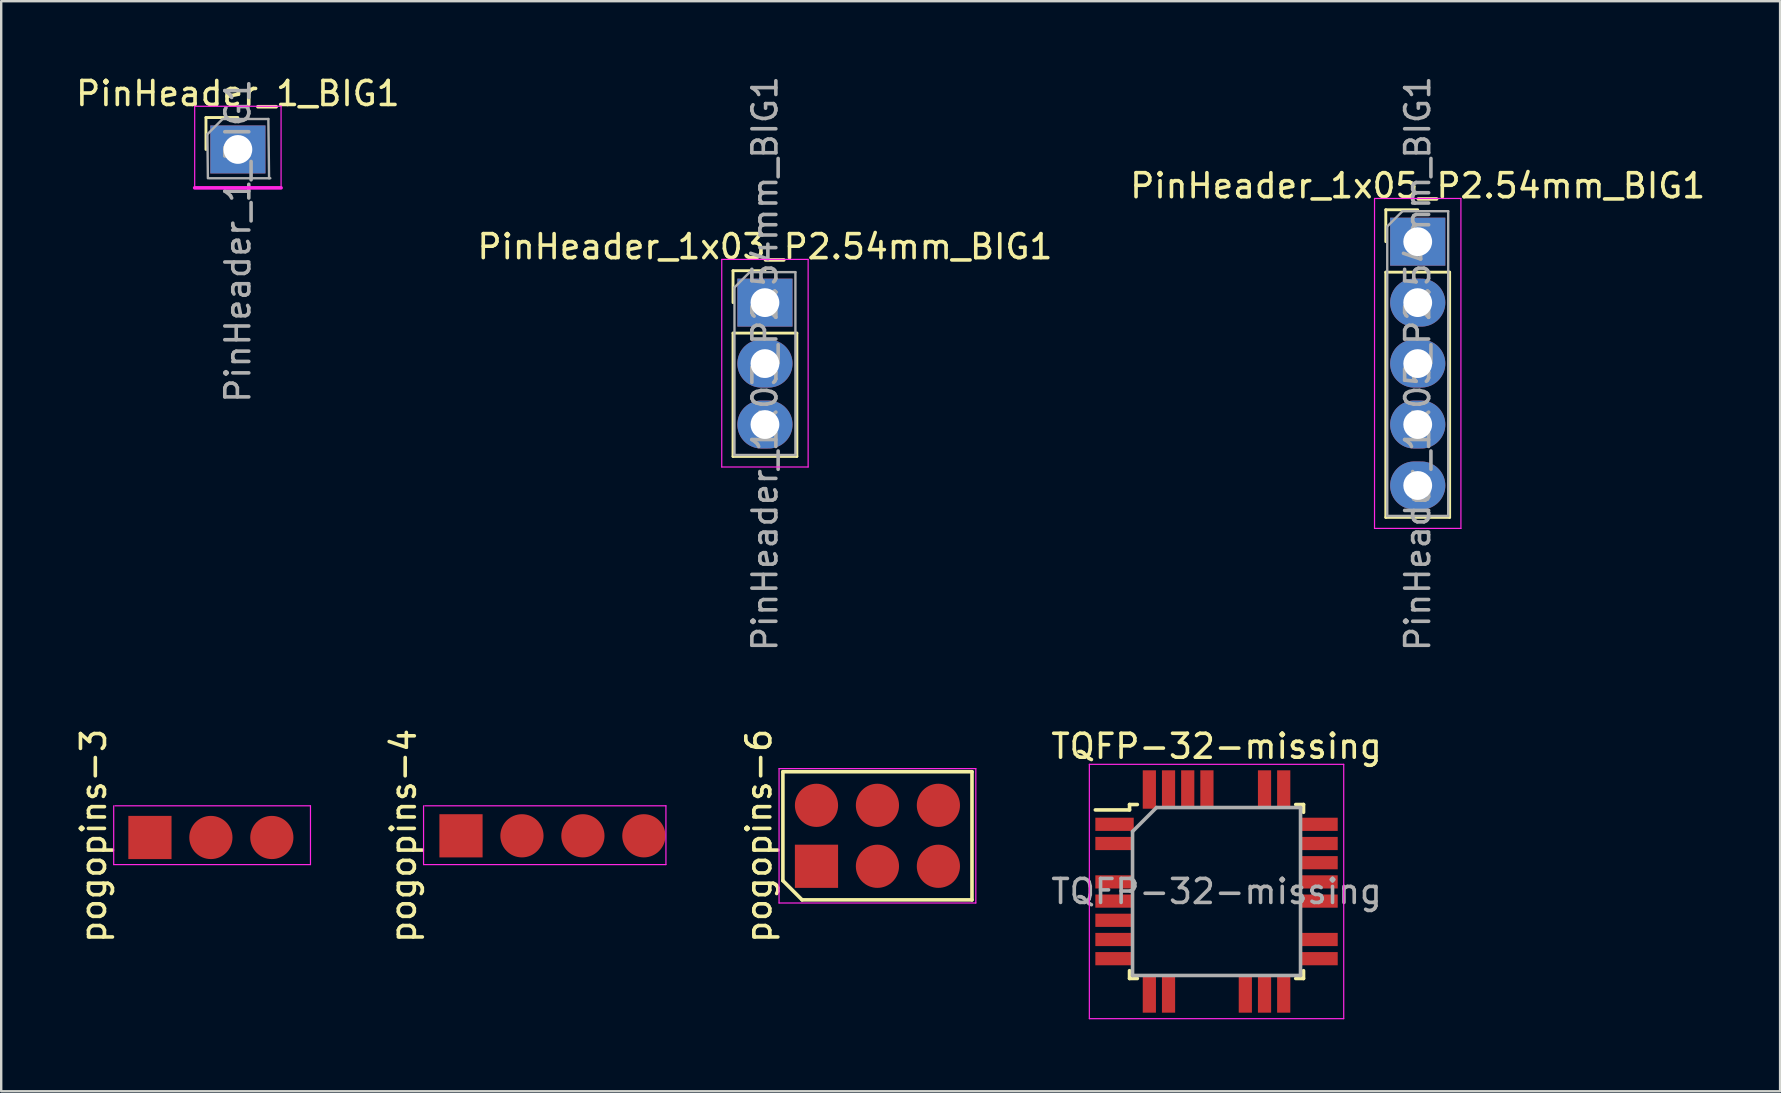
<source format=kicad_pcb>
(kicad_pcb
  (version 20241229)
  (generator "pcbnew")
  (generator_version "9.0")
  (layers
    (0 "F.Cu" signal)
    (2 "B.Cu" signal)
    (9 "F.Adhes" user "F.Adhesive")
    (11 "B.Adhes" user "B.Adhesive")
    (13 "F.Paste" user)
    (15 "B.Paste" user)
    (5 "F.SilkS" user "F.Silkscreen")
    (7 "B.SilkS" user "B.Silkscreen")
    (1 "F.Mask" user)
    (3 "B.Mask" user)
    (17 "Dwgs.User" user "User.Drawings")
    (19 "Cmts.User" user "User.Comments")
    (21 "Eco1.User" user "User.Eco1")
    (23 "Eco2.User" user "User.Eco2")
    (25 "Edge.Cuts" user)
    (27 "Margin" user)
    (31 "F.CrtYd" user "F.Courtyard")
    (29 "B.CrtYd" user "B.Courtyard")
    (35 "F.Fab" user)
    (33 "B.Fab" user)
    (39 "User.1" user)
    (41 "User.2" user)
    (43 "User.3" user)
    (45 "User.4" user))
  (footprint "TQFP-32-missing"
    (layer "F.Cu")
    (at 47.646 34.101)
    (property "Reference" "TQFP-32-missing" (at 0 -6.05 0) (layer "F.SilkS") (effects (font (size 1 1) (thickness 0.15))))
    (attr smd)
    (fp_line (start -3.625 -3.625) (end -3.625 -3.4) (stroke (width 0.15) (type solid)) (layer "F.SilkS"))
    (fp_line (start -3.625 -3.625) (end -3.3 -3.625) (stroke (width 0.15) (type solid)) (layer "F.SilkS"))
    (fp_line (start -3.625 -3.4) (end -5.05 -3.4) (stroke (width 0.15) (type solid)) (layer "F.SilkS"))
    (fp_line (start -3.625 3.625) (end -3.625 3.3) (stroke (width 0.15) (type solid)) (layer "F.SilkS"))
    (fp_line (start -3.625 3.625) (end -3.3 3.625) (stroke (width 0.15) (type solid)) (layer "F.SilkS"))
    (fp_line (start 3.625 -3.625) (end 3.3 -3.625) (stroke (width 0.15) (type solid)) (layer "F.SilkS"))
    (fp_line (start 3.625 -3.625) (end 3.625 -3.3) (stroke (width 0.15) (type solid)) (layer "F.SilkS"))
    (fp_line (start 3.625 3.625) (end 3.3 3.625) (stroke (width 0.15) (type solid)) (layer "F.SilkS"))
    (fp_line (start 3.625 3.625) (end 3.625 3.3) (stroke (width 0.15) (type solid)) (layer "F.SilkS"))
    (fp_line (start -5.3 -5.3) (end -5.3 5.3) (stroke (width 0.05) (type solid)) (layer "F.CrtYd"))
    (fp_line (start -5.3 -5.3) (end 5.3 -5.3) (stroke (width 0.05) (type solid)) (layer "F.CrtYd"))
    (fp_line (start -5.3 5.3) (end 5.3 5.3) (stroke (width 0.05) (type solid)) (layer "F.CrtYd"))
    (fp_line (start 5.3 -5.3) (end 5.3 5.3) (stroke (width 0.05) (type solid)) (layer "F.CrtYd"))
    (fp_line (start -3.5 -2.5) (end -2.5 -3.5) (stroke (width 0.15) (type solid)) (layer "F.Fab"))
    (fp_line (start -3.5 3.5) (end -3.5 -2.5) (stroke (width 0.15) (type solid)) (layer "F.Fab"))
    (fp_line (start -2.5 -3.5) (end 3.5 -3.5) (stroke (width 0.15) (type solid)) (layer "F.Fab"))
    (fp_line (start 3.5 -3.5) (end 3.5 3.5) (stroke (width 0.15) (type solid)) (layer "F.Fab"))
    (fp_line (start 3.5 3.5) (end -3.5 3.5) (stroke (width 0.15) (type solid)) (layer "F.Fab"))
    (fp_text user "${REFERENCE}" (at 0 0 0) (layer "F.Fab") (effects (font (size 1 1) (thickness 0.15))))
    (pad "1" smd rect (at -4.25 -2.8) (size 1.6 0.55) (layers "F.Cu" "F.Mask" "F.Paste"))
    (pad "2" smd rect (at -4.25 -2) (size 1.6 0.55) (layers "F.Cu" "F.Mask" "F.Paste"))
    (pad "4" smd rect (at -4.25 -0.4) (size 1.6 0.55) (layers "F.Cu" "F.Mask" "F.Paste"))
    (pad "5" smd rect (at -4.25 0.4) (size 1.6 0.55) (layers "F.Cu" "F.Mask" "F.Paste"))
    (pad "6" smd rect (at -4.25 1.2) (size 1.6 0.55) (layers "F.Cu" "F.Mask" "F.Paste"))
    (pad "7" smd rect (at -4.25 2) (size 1.6 0.55) (layers "F.Cu" "F.Mask" "F.Paste"))
    (pad "8" smd rect (at -4.25 2.8) (size 1.6 0.55) (layers "F.Cu" "F.Mask" "F.Paste"))
    (pad "9" smd rect (at -2.8 4.25 90) (size 1.6 0.55) (layers "F.Cu" "F.Mask" "F.Paste"))
    (pad "10" smd rect (at -2 4.25 90) (size 1.6 0.55) (layers "F.Cu" "F.Mask" "F.Paste"))
    (pad "14" smd rect (at 1.2 4.25 90) (size 1.6 0.55) (layers "F.Cu" "F.Mask" "F.Paste"))
    (pad "15" smd rect (at 2 4.25 90) (size 1.6 0.55) (layers "F.Cu" "F.Mask" "F.Paste"))
    (pad "16" smd rect (at 2.8 4.25 90) (size 1.6 0.55) (layers "F.Cu" "F.Mask" "F.Paste"))
    (pad "17" smd rect (at 4.25 2.8) (size 1.6 0.55) (layers "F.Cu" "F.Mask" "F.Paste"))
    (pad "18" smd rect (at 4.25 2) (size 1.6 0.55) (layers "F.Cu" "F.Mask" "F.Paste"))
    (pad "20" smd rect (at 4.25 0.4) (size 1.6 0.55) (layers "F.Cu" "F.Mask" "F.Paste"))
    (pad "21" smd rect (at 4.25 -0.4) (size 1.6 0.55) (layers "F.Cu" "F.Mask" "F.Paste"))
    (pad "22" smd rect (at 4.25 -1.2) (size 1.6 0.55) (layers "F.Cu" "F.Mask" "F.Paste"))
    (pad "23" smd rect (at 4.25 -2) (size 1.6 0.55) (layers "F.Cu" "F.Mask" "F.Paste"))
    (pad "24" smd rect (at 4.25 -2.8) (size 1.6 0.55) (layers "F.Cu" "F.Mask" "F.Paste"))
    (pad "25" smd rect (at 2.8 -4.25 90) (size 1.6 0.55) (layers "F.Cu" "F.Mask" "F.Paste"))
    (pad "26" smd rect (at 2 -4.25 90) (size 1.6 0.55) (layers "F.Cu" "F.Mask" "F.Paste"))
    (pad "29" smd rect (at -0.4 -4.25 90) (size 1.6 0.55) (layers "F.Cu" "F.Mask" "F.Paste"))
    (pad "30" smd rect (at -1.2 -4.25 90) (size 1.6 0.55) (layers "F.Cu" "F.Mask" "F.Paste"))
    (pad "31" smd rect (at -2 -4.25 90) (size 1.6 0.55) (layers "F.Cu" "F.Mask" "F.Paste"))
    (pad "32" smd rect (at -2.8 -4.25 90) (size 1.6 0.55) (layers "F.Cu" "F.Mask" "F.Paste")))
  (footprint "pogopins-6"
    (layer "F.Cu")
    (at 33.515 31.78)
    (property "Reference" "pogopins-6" (at -4.94 0 90) (layer "F.SilkS") (effects (font (size 1 1) (thickness 0.15))))
    (attr smd)
    (fp_line (start -3.94 -2.67) (end 3.94 -2.67) (stroke (width 0.15) (type solid)) (layer "F.SilkS"))
    (fp_line (start -3.94 1.87) (end -3.94 -2.67) (stroke (width 0.15) (type solid)) (layer "F.SilkS"))
    (fp_line (start -3.14 2.67) (end -3.94 1.87) (stroke (width 0.15) (type solid)) (layer "F.SilkS"))
    (fp_line (start 3.94 -2.67) (end 3.94 2.67) (stroke (width 0.15) (type solid)) (layer "F.SilkS"))
    (fp_line (start 3.94 2.67) (end -3.14 2.67) (stroke (width 0.15) (type solid)) (layer "F.SilkS"))
    (fp_line (start -4.1 -2.8) (end 4.1 -2.8) (stroke (width 0.05) (type solid)) (layer "F.CrtYd"))
    (fp_line (start -4.1 2.8) (end -4.1 -2.8) (stroke (width 0.05) (type solid)) (layer "F.CrtYd"))
    (fp_line (start 4.1 -2.8) (end 4.1 2.8) (stroke (width 0.05) (type solid)) (layer "F.CrtYd"))
    (fp_line (start 4.1 2.8) (end -4.1 2.8) (stroke (width 0.05) (type solid)) (layer "F.CrtYd"))
    (pad "1" smd rect (at -2.54 1.27) (size 1.8 1.8) (layers "F.Cu" "F.Mask" "F.Paste"))
    (pad "2" smd circle (at -2.54 -1.27) (size 1.8 1.8) (layers "F.Cu" "F.Mask" "F.Paste"))
    (pad "3" smd circle (at 0 1.27) (size 1.8 1.8) (layers "F.Cu" "F.Mask" "F.Paste"))
    (pad "4" smd circle (at 0 -1.27) (size 1.8 1.8) (layers "F.Cu" "F.Mask" "F.Paste"))
    (pad "5" smd circle (at 2.54 1.27) (size 1.8 1.8) (layers "F.Cu" "F.Mask" "F.Paste"))
    (pad "6" smd circle (at 2.54 -1.27) (size 1.8 1.8) (layers "F.Cu" "F.Mask" "F.Paste")))
  (footprint "PinHeader_1x03_P2.54mm_BIG1"
    (layer "F.Cu")
    (at 28.827 9.561)
    (property "Reference" "PinHeader_1x03_P2.54mm_BIG1" (at 0 -2.33 0) (layer "F.SilkS") (effects (font (size 1 1) (thickness 0.15))))
    (attr through_hole)
    (fp_line (start -1.33 -1.33) (end 0 -1.33) (stroke (width 0.12) (type solid)) (layer "F.SilkS"))
    (fp_line (start -1.33 0) (end -1.33 -1.33) (stroke (width 0.12) (type solid)) (layer "F.SilkS"))
    (fp_line (start -1.33 1.27) (end -1.33 6.41) (stroke (width 0.12) (type solid)) (layer "F.SilkS"))
    (fp_line (start -1.33 1.27) (end 1.33 1.27) (stroke (width 0.12) (type solid)) (layer "F.SilkS"))
    (fp_line (start -1.33 6.41) (end 1.33 6.41) (stroke (width 0.12) (type solid)) (layer "F.SilkS"))
    (fp_line (start 1.33 1.27) (end 1.33 6.41) (stroke (width 0.12) (type solid)) (layer "F.SilkS"))
    (fp_line (start -1.8 -1.8) (end -1.8 6.85) (stroke (width 0.05) (type solid)) (layer "F.CrtYd"))
    (fp_line (start -1.8 6.85) (end 1.8 6.85) (stroke (width 0.05) (type solid)) (layer "F.CrtYd"))
    (fp_line (start 1.8 -1.8) (end -1.8 -1.8) (stroke (width 0.05) (type solid)) (layer "F.CrtYd"))
    (fp_line (start 1.8 6.85) (end 1.8 -1.8) (stroke (width 0.05) (type solid)) (layer "F.CrtYd"))
    (fp_line (start -1.27 -0.635) (end -0.635 -1.27) (stroke (width 0.1) (type solid)) (layer "F.Fab"))
    (fp_line (start -1.27 6.35) (end -1.27 -0.635) (stroke (width 0.1) (type solid)) (layer "F.Fab"))
    (fp_line (start -0.635 -1.27) (end 1.27 -1.27) (stroke (width 0.1) (type solid)) (layer "F.Fab"))
    (fp_line (start 1.27 -1.27) (end 1.27 6.35) (stroke (width 0.1) (type solid)) (layer "F.Fab"))
    (fp_line (start 1.27 6.35) (end -1.27 6.35) (stroke (width 0.1) (type solid)) (layer "F.Fab"))
    (fp_text user "${REFERENCE}" (at 0 2.54 90) (layer "F.Fab") (effects (font (size 1 1) (thickness 0.15))))
    (pad "1" thru_hole rect (at 0 0) (size 2.3 2) (drill 1.2) (layers "*.Cu" "*.Mask"))
    (pad "2" thru_hole oval (at 0 2.54) (size 2.3 2) (drill 1.2) (layers "*.Cu" "*.Mask"))
    (pad "3" thru_hole oval (at 0 5.08) (size 2.3 2) (drill 1.2) (layers "*.Cu" "*.Mask")))
  (footprint "pogopins-3"
    (layer "F.Cu")
    (at 5.788 31.78)
    (property "Reference" "pogopins-3" (at -4.94 0 90) (layer "F.SilkS") (effects (font (size 1 1) (thickness 0.15))))
    (attr smd)
    (fp_line (start -4.1 1.2) (end -4.1 -1.25) (stroke (width 0.05) (type solid)) (layer "F.CrtYd"))
    (fp_line (start -4.05 -1.25) (end 4.1 -1.25) (stroke (width 0.05) (type solid)) (layer "F.CrtYd"))
    (fp_line (start 4.1 -1.25) (end 4.1 1.2) (stroke (width 0.05) (type solid)) (layer "F.CrtYd"))
    (fp_line (start 4.1 1.2) (end -4.1 1.2) (stroke (width 0.05) (type solid)) (layer "F.CrtYd"))
    (pad "1" smd rect (at -2.59 0.07) (size 1.8 1.8) (layers "F.Cu" "F.Mask" "F.Paste"))
    (pad "2" smd circle (at -0.05 0.07) (size 1.8 1.8) (layers "F.Cu" "F.Mask" "F.Paste"))
    (pad "3" smd circle (at 2.49 0.07) (size 1.8 1.8) (layers "F.Cu" "F.Mask" "F.Paste")))
  (footprint "PinHeader_1_BIG1"
    (layer "F.Cu")
    (at 6.863 3.178)
    (property "Reference" "PinHeader_1_BIG1" (at 0 -2.33 0) (layer "F.SilkS") (effects (font (size 1 1) (thickness 0.15))))
    (attr through_hole)
    (fp_line (start -1.33 -1.33) (end 0 -1.33) (stroke (width 0.12) (type solid)) (layer "F.SilkS"))
    (fp_line (start -1.33 0) (end -1.33 -1.33) (stroke (width 0.12) (type solid)) (layer "F.SilkS"))
    (fp_line (start -1.8 -1.8) (end -1.8 1.6) (stroke (width 0.05) (type solid)) (layer "F.CrtYd"))
    (fp_line (start -1.8 1.6) (end 1.8 1.6) (stroke (width 0.15) (type solid)) (layer "F.CrtYd"))
    (fp_line (start 1.8 -1.8) (end -1.8 -1.8) (stroke (width 0.05) (type solid)) (layer "F.CrtYd"))
    (fp_line (start 1.8 1.6) (end 1.8 -1.8) (stroke (width 0.05) (type solid)) (layer "F.CrtYd"))
    (fp_line (start -1.27 -0.635) (end -0.635 -1.27) (stroke (width 0.1) (type solid)) (layer "F.Fab"))
    (fp_line (start -1.25 1.2) (end -1.27 -0.635) (stroke (width 0.1) (type solid)) (layer "F.Fab"))
    (fp_line (start -0.635 -1.27) (end 1.27 -1.27) (stroke (width 0.1) (type solid)) (layer "F.Fab"))
    (fp_line (start 1.27 -1.27) (end 1.3 1.2) (stroke (width 0.1) (type solid)) (layer "F.Fab"))
    (fp_line (start 1.35 1.2) (end -1.2 1.2) (stroke (width 0.1) (type solid)) (layer "F.Fab"))
    (fp_text user "${REFERENCE}" (at 0 3.81 90) (layer "F.Fab") (effects (font (size 1 1) (thickness 0.15))))
    (pad "1" thru_hole rect (at 0 0) (size 2.3 2) (drill 1.2) (layers "*.Cu" "*.Mask")))
  (footprint "PinHeader_1x05_P2.54mm_BIG1"
    (layer "F.Cu")
    (at 56.03 7.021)
    (property "Reference" "PinHeader_1x05_P2.54mm_BIG1" (at 0 -2.33 0) (layer "F.SilkS") (effects (font (size 1 1) (thickness 0.15))))
    (attr through_hole)
    (fp_line (start -1.33 -1.33) (end 0 -1.33) (stroke (width 0.12) (type solid)) (layer "F.SilkS"))
    (fp_line (start -1.33 0) (end -1.33 -1.33) (stroke (width 0.12) (type solid)) (layer "F.SilkS"))
    (fp_line (start -1.33 1.27) (end -1.33 11.49) (stroke (width 0.12) (type solid)) (layer "F.SilkS"))
    (fp_line (start -1.33 1.27) (end 1.33 1.27) (stroke (width 0.12) (type solid)) (layer "F.SilkS"))
    (fp_line (start -1.33 11.49) (end 1.33 11.49) (stroke (width 0.12) (type solid)) (layer "F.SilkS"))
    (fp_line (start 1.33 1.27) (end 1.33 11.49) (stroke (width 0.12) (type solid)) (layer "F.SilkS"))
    (fp_line (start -1.8 -1.8) (end -1.8 11.95) (stroke (width 0.05) (type solid)) (layer "F.CrtYd"))
    (fp_line (start -1.8 11.95) (end 1.8 11.95) (stroke (width 0.05) (type solid)) (layer "F.CrtYd"))
    (fp_line (start 1.8 -1.8) (end -1.8 -1.8) (stroke (width 0.05) (type solid)) (layer "F.CrtYd"))
    (fp_line (start 1.8 11.95) (end 1.8 -1.8) (stroke (width 0.05) (type solid)) (layer "F.CrtYd"))
    (fp_line (start -1.27 -0.635) (end -0.635 -1.27) (stroke (width 0.1) (type solid)) (layer "F.Fab"))
    (fp_line (start -1.27 11.43) (end -1.27 -0.635) (stroke (width 0.1) (type solid)) (layer "F.Fab"))
    (fp_line (start -0.635 -1.27) (end 1.27 -1.27) (stroke (width 0.1) (type solid)) (layer "F.Fab"))
    (fp_line (start 1.27 -1.27) (end 1.27 11.43) (stroke (width 0.1) (type solid)) (layer "F.Fab"))
    (fp_line (start 1.27 11.43) (end -1.27 11.43) (stroke (width 0.1) (type solid)) (layer "F.Fab"))
    (fp_text user "${REFERENCE}" (at 0 5.08 90) (layer "F.Fab") (effects (font (size 1 1) (thickness 0.15))))
    (pad "1" thru_hole rect (at 0 0) (size 2.3 2) (drill 1.2) (layers "*.Cu" "*.Mask"))
    (pad "2" thru_hole oval (at 0 2.54) (size 2.3 2) (drill 1.2) (layers "*.Cu" "*.Mask"))
    (pad "3" thru_hole oval (at 0 5.08) (size 2.3 2) (drill 1.2) (layers "*.Cu" "*.Mask"))
    (pad "4" thru_hole oval (at 0 7.62) (size 2.3 2) (drill 1.2) (layers "*.Cu" "*.Mask"))
    (pad "5" thru_hole oval (at 0 10.16) (size 2.3 2) (drill 1.2) (layers "*.Cu" "*.Mask")))
  (footprint "pogopins-4"
    (layer "F.Cu")
    (at 18.701 31.78)
    (property "Reference" "pogopins-4" (at -4.94 0 90) (layer "F.SilkS") (effects (font (size 1 1) (thickness 0.15))))
    (attr smd)
    (fp_line (start -4.1 1.2) (end -4.1 -1.25) (stroke (width 0.05) (type solid)) (layer "F.CrtYd"))
    (fp_line (start -4.05 -1.25) (end 6 -1.25) (stroke (width 0.05) (type solid)) (layer "F.CrtYd"))
    (fp_line (start 6 -1.25) (end 6 1.2) (stroke (width 0.05) (type solid)) (layer "F.CrtYd"))
    (fp_line (start 6 1.2) (end -4.1 1.2) (stroke (width 0.05) (type solid)) (layer "F.CrtYd"))
    (pad "1" smd rect (at -2.54 0) (size 1.8 1.8) (layers "F.Cu" "F.Mask" "F.Paste"))
    (pad "2" smd circle (at 0 0) (size 1.8 1.8) (layers "F.Cu" "F.Mask" "F.Paste"))
    (pad "3" smd circle (at 2.54 0) (size 1.8 1.8) (layers "F.Cu" "F.Mask" "F.Paste"))
    (pad "4" smd circle (at 5.08 0) (size 1.8 1.8) (layers "F.Cu" "F.Mask" "F.Paste")))
  (gr_rect
    (start -3 -3)
    (end 71.131 42.426)
    (stroke (width 0.1) (type default))
    (fill no)
    (layer "Edge.Cuts")))
</source>
